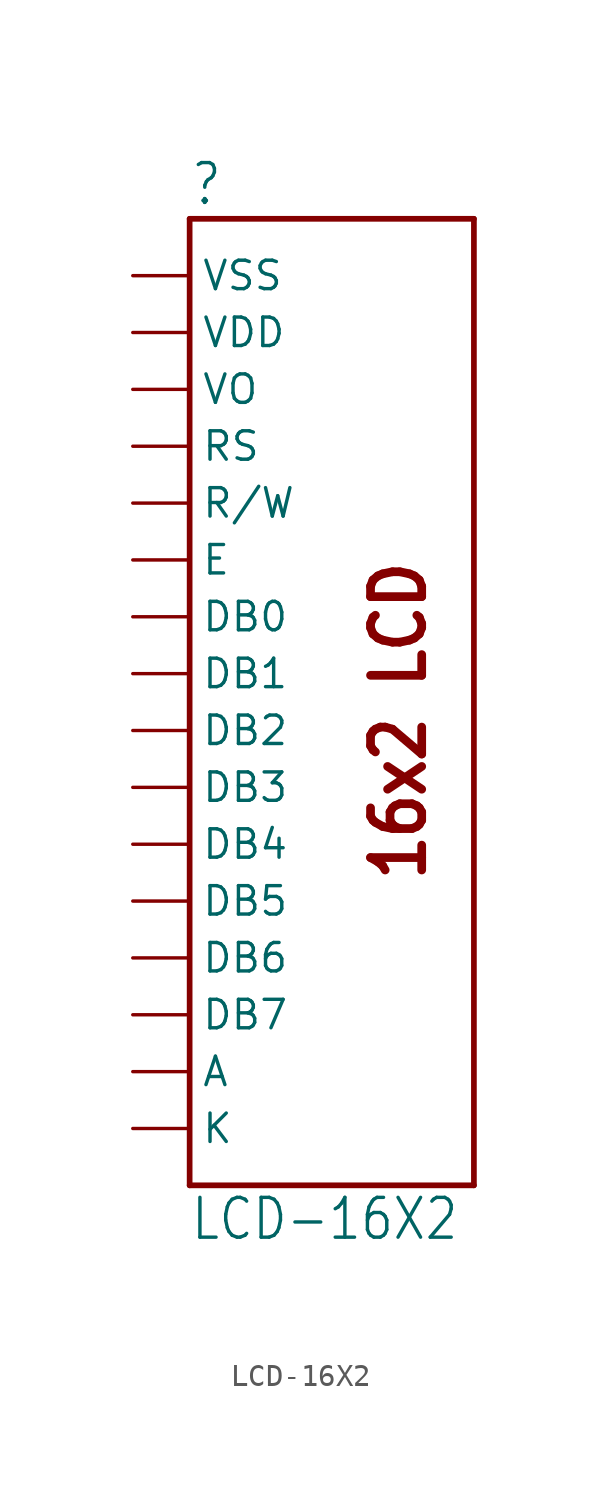
<source format=kicad_sym>
(kicad_symbol_lib
  (version 20211014)
  (generator kicad_symbol_editor)
  (symbol "LCD-16X2"
    (property "Reference" ""
      (at -7.62 23.368 0)
      (effects (font (size 1.778 1.511)) (justify left bottom)))
    (property "Value" "LCD-16X2"
      (at -7.62 -22.86 0)
      (effects (font (size 1.778 1.511)) (justify left bottom)))
    (property "ki_locked" ""
      (at 0 0 0)
      (effects (font (size 1.27 1.27))))
    (symbol "LCD-16X2_1_0"
      (polyline (pts (xy -7.62 -20.32) (xy 5.08 -20.32)) (stroke (width 0.254) (type default) (color 0 0 0 0)) (fill (type none)))
      (polyline (pts (xy -7.62 22.86) (xy -7.62 -20.32)) (stroke (width 0.254) (type default) (color 0 0 0 0)) (fill (type none)))
      (polyline (pts (xy 5.08 -20.32) (xy 5.08 22.86)) (stroke (width 0.254) (type default) (color 0 0 0 0)) (fill (type none)))
      (polyline (pts (xy 5.08 22.86) (xy -7.62 22.86)) (stroke (width 0.254) (type default) (color 0 0 0 0)) (fill (type none)))
      (text "16x2 LCD" (at 3.048 -6.858 900) (effects (font (size 2.286 1.943) (thickness 0.389) bold) (justify left bottom)))
      (pin power_in line (at -10.16 20.32 0) (length 2.54) (name "VSS" (effects (font (size 1.27 1.27)))) (number "1" (effects (font (size 0 0)))))
      (pin bidirectional line (at -10.16 -2.54 0) (length 2.54) (name "DB3" (effects (font (size 1.27 1.27)))) (number "10" (effects (font (size 0 0)))))
      (pin bidirectional line (at -10.16 -5.08 0) (length 2.54) (name "DB4" (effects (font (size 1.27 1.27)))) (number "11" (effects (font (size 0 0)))))
      (pin bidirectional line (at -10.16 -7.62 0) (length 2.54) (name "DB5" (effects (font (size 1.27 1.27)))) (number "12" (effects (font (size 0 0)))))
      (pin bidirectional line (at -10.16 -10.16 0) (length 2.54) (name "DB6" (effects (font (size 1.27 1.27)))) (number "13" (effects (font (size 0 0)))))
      (pin bidirectional line (at -10.16 -12.7 0) (length 2.54) (name "DB7" (effects (font (size 1.27 1.27)))) (number "14" (effects (font (size 0 0)))))
      (pin power_in line (at -10.16 -15.24 0) (length 2.54) (name "A" (effects (font (size 1.27 1.27)))) (number "15" (effects (font (size 0 0)))))
      (pin power_in line (at -10.16 -17.78 0) (length 2.54) (name "K" (effects (font (size 1.27 1.27)))) (number "16" (effects (font (size 0 0)))))
      (pin power_in line (at -10.16 17.78 0) (length 2.54) (name "VDD" (effects (font (size 1.27 1.27)))) (number "2" (effects (font (size 0 0)))))
      (pin bidirectional line (at -10.16 15.24 0) (length 2.54) (name "VO" (effects (font (size 1.27 1.27)))) (number "3" (effects (font (size 0 0)))))
      (pin input line (at -10.16 12.7 0) (length 2.54) (name "RS" (effects (font (size 1.27 1.27)))) (number "4" (effects (font (size 0 0)))))
      (pin input line (at -10.16 10.16 0) (length 2.54) (name "R/W" (effects (font (size 1.27 1.27)))) (number "5" (effects (font (size 0 0)))))
      (pin input line (at -10.16 7.62 0) (length 2.54) (name "E" (effects (font (size 1.27 1.27)))) (number "6" (effects (font (size 0 0)))))
      (pin bidirectional line (at -10.16 5.08 0) (length 2.54) (name "DB0" (effects (font (size 1.27 1.27)))) (number "7" (effects (font (size 0 0)))))
      (pin bidirectional line (at -10.16 2.54 0) (length 2.54) (name "DB1" (effects (font (size 1.27 1.27)))) (number "8" (effects (font (size 0 0)))))
      (pin bidirectional line (at -10.16 0 0) (length 2.54) (name "DB2" (effects (font (size 1.27 1.27)))) (number "9" (effects (font (size 0 0))))))))
</source>
